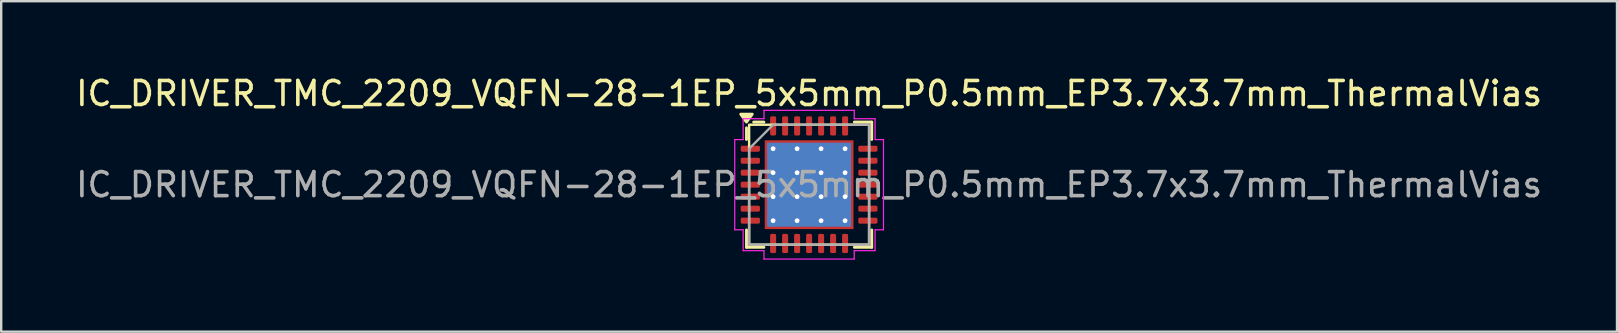
<source format=kicad_pcb>
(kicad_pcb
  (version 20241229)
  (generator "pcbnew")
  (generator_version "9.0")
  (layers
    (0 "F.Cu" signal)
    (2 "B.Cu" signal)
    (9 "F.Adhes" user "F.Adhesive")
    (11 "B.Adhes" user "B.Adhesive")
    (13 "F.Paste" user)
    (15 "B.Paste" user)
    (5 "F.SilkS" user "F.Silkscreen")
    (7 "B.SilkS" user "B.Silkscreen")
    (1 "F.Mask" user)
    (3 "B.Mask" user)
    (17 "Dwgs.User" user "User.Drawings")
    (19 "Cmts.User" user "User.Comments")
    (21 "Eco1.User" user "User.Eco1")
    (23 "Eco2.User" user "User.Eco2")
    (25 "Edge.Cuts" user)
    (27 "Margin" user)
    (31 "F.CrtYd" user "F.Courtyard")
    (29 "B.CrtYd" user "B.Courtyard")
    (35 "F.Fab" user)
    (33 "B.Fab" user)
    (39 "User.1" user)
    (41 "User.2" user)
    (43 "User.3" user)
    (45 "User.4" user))
  (footprint "IC_DRIVER_TMC_2209_VQFN-28-1EP_5x5mm_P0.5mm_EP3.7x3.7mm_ThermalVias"
    (layer "F.Cu")
    (at 30.673 4.648)
    (property "Reference" "IC_DRIVER_TMC_2209_VQFN-28-1EP_5x5mm_P0.5mm_EP3.7x3.7mm_ThermalVias" (at 0 -3.8 0) (layer "F.SilkS") (effects (font (size 1 1) (thickness 0.15))))
    (attr smd)
    (fp_line (start -2.61 -1.885) (end -2.61 -2.37) (stroke (width 0.12) (type solid)) (layer "F.SilkS"))
    (fp_line (start -2.61 2.61) (end -2.61 1.885) (stroke (width 0.12) (type solid)) (layer "F.SilkS"))
    (fp_line (start -1.885 -2.61) (end -2.31 -2.61) (stroke (width 0.12) (type solid)) (layer "F.SilkS"))
    (fp_line (start -1.885 2.61) (end -2.61 2.61) (stroke (width 0.12) (type solid)) (layer "F.SilkS"))
    (fp_line (start 1.885 -2.61) (end 2.61 -2.61) (stroke (width 0.12) (type solid)) (layer "F.SilkS"))
    (fp_line (start 1.885 2.61) (end 2.61 2.61) (stroke (width 0.12) (type solid)) (layer "F.SilkS"))
    (fp_line (start 2.61 -2.61) (end 2.61 -1.885) (stroke (width 0.12) (type solid)) (layer "F.SilkS"))
    (fp_line (start 2.61 2.61) (end 2.61 1.885) (stroke (width 0.12) (type solid)) (layer "F.SilkS"))
    (fp_rect (start -2.5 -2.5) (end 2.5 2.5) (stroke (width 0.1) (type solid)) (fill no) (layer "F.SilkS"))
    (fp_poly (pts (xy -2.61 -2.61) (xy -2.85 -2.94) (xy -2.37 -2.94)) (stroke (width 0.12) (type solid)) (fill yes) (layer "F.SilkS"))
    (fp_line (start -3.1 -1.88) (end -2.75 -1.88) (stroke (width 0.05) (type solid)) (layer "F.CrtYd"))
    (fp_line (start -3.1 1.88) (end -3.1 -1.88) (stroke (width 0.05) (type solid)) (layer "F.CrtYd"))
    (fp_line (start -2.75 -2.75) (end -1.88 -2.75) (stroke (width 0.05) (type solid)) (layer "F.CrtYd"))
    (fp_line (start -2.75 -1.88) (end -2.75 -2.75) (stroke (width 0.05) (type solid)) (layer "F.CrtYd"))
    (fp_line (start -2.75 1.88) (end -3.1 1.88) (stroke (width 0.05) (type solid)) (layer "F.CrtYd"))
    (fp_line (start -2.75 2.75) (end -2.75 1.88) (stroke (width 0.05) (type solid)) (layer "F.CrtYd"))
    (fp_line (start -1.88 -3.1) (end 1.88 -3.1) (stroke (width 0.05) (type solid)) (layer "F.CrtYd"))
    (fp_line (start -1.88 -2.75) (end -1.88 -3.1) (stroke (width 0.05) (type solid)) (layer "F.CrtYd"))
    (fp_line (start -1.88 2.75) (end -2.75 2.75) (stroke (width 0.05) (type solid)) (layer "F.CrtYd"))
    (fp_line (start -1.88 3.1) (end -1.88 2.75) (stroke (width 0.05) (type solid)) (layer "F.CrtYd"))
    (fp_line (start 1.88 -3.1) (end 1.88 -2.75) (stroke (width 0.05) (type solid)) (layer "F.CrtYd"))
    (fp_line (start 1.88 -2.75) (end 2.75 -2.75) (stroke (width 0.05) (type solid)) (layer "F.CrtYd"))
    (fp_line (start 1.88 2.75) (end 1.88 3.1) (stroke (width 0.05) (type solid)) (layer "F.CrtYd"))
    (fp_line (start 1.88 3.1) (end -1.88 3.1) (stroke (width 0.05) (type solid)) (layer "F.CrtYd"))
    (fp_line (start 2.75 -2.75) (end 2.75 -1.88) (stroke (width 0.05) (type solid)) (layer "F.CrtYd"))
    (fp_line (start 2.75 -1.88) (end 3.1 -1.88) (stroke (width 0.05) (type solid)) (layer "F.CrtYd"))
    (fp_line (start 2.75 1.88) (end 2.75 2.75) (stroke (width 0.05) (type solid)) (layer "F.CrtYd"))
    (fp_line (start 2.75 2.75) (end 1.88 2.75) (stroke (width 0.05) (type solid)) (layer "F.CrtYd"))
    (fp_line (start 3.1 -1.88) (end 3.1 1.88) (stroke (width 0.05) (type solid)) (layer "F.CrtYd"))
    (fp_line (start 3.1 1.88) (end 2.75 1.88) (stroke (width 0.05) (type solid)) (layer "F.CrtYd"))
    (fp_poly (pts (xy -2.5 -1.5) (xy -2.5 2.5) (xy 2.5 2.5) (xy 2.5 -2.5) (xy -1.5 -2.5)) (stroke (width 0.1) (type solid)) (fill no) (layer "F.Fab"))
    (fp_text user "${REFERENCE}" (at 0 0 0) (layer "F.Fab") (effects (font (size 1 1) (thickness 0.15))))
    (pad "" smd roundrect (at -0.925 -0.925) (size 1.49 1.49) (layers "F.Paste") (roundrect_rratio 0.168))
    (pad "" smd roundrect (at -0.925 0.925) (size 1.49 1.49) (layers "F.Paste") (roundrect_rratio 0.168))
    (pad "" smd roundrect (at 0.925 -0.925) (size 1.49 1.49) (layers "F.Paste") (roundrect_rratio 0.168))
    (pad "" smd roundrect (at 0.925 0.925) (size 1.49 1.49) (layers "F.Paste") (roundrect_rratio 0.168))
    (pad "1" smd roundrect (at -2.45 -1.5) (size 0.8 0.25) (layers "F.Cu" "F.Mask" "F.Paste") (roundrect_rratio 0.25))
    (pad "2" smd roundrect (at -2.45 -1) (size 0.8 0.25) (layers "F.Cu" "F.Mask" "F.Paste") (roundrect_rratio 0.25))
    (pad "3" smd roundrect (at -2.45 -0.5) (size 0.8 0.25) (layers "F.Cu" "F.Mask" "F.Paste") (roundrect_rratio 0.25))
    (pad "4" smd roundrect (at -2.45 0) (size 0.8 0.25) (layers "F.Cu" "F.Mask" "F.Paste") (roundrect_rratio 0.25))
    (pad "5" smd roundrect (at -2.45 0.5) (size 0.8 0.25) (layers "F.Cu" "F.Mask" "F.Paste") (roundrect_rratio 0.25))
    (pad "6" smd roundrect (at -2.45 1) (size 0.8 0.25) (layers "F.Cu" "F.Mask" "F.Paste") (roundrect_rratio 0.25))
    (pad "7" smd roundrect (at -2.45 1.5) (size 0.8 0.25) (layers "F.Cu" "F.Mask" "F.Paste") (roundrect_rratio 0.25))
    (pad "8" smd roundrect (at -1.5 2.45) (size 0.25 0.8) (layers "F.Cu" "F.Mask" "F.Paste") (roundrect_rratio 0.25))
    (pad "9" smd roundrect (at -1 2.45) (size 0.25 0.8) (layers "F.Cu" "F.Mask" "F.Paste") (roundrect_rratio 0.25))
    (pad "10" smd roundrect (at -0.5 2.45) (size 0.25 0.8) (layers "F.Cu" "F.Mask" "F.Paste") (roundrect_rratio 0.25))
    (pad "11" smd roundrect (at 0 2.45) (size 0.25 0.8) (layers "F.Cu" "F.Mask" "F.Paste") (roundrect_rratio 0.25))
    (pad "12" smd roundrect (at 0.5 2.45) (size 0.25 0.8) (layers "F.Cu" "F.Mask" "F.Paste") (roundrect_rratio 0.25))
    (pad "13" smd roundrect (at 1 2.45) (size 0.25 0.8) (layers "F.Cu" "F.Mask" "F.Paste") (roundrect_rratio 0.25))
    (pad "14" smd roundrect (at 1.5 2.45) (size 0.25 0.8) (layers "F.Cu" "F.Mask" "F.Paste") (roundrect_rratio 0.25))
    (pad "15" smd roundrect (at 2.45 1.5) (size 0.8 0.25) (layers "F.Cu" "F.Mask" "F.Paste") (roundrect_rratio 0.25))
    (pad "16" smd roundrect (at 2.45 1) (size 0.8 0.25) (layers "F.Cu" "F.Mask" "F.Paste") (roundrect_rratio 0.25))
    (pad "17" smd roundrect (at 2.45 0.5) (size 0.8 0.25) (layers "F.Cu" "F.Mask" "F.Paste") (roundrect_rratio 0.25))
    (pad "18" smd roundrect (at 2.45 0) (size 0.8 0.25) (layers "F.Cu" "F.Mask" "F.Paste") (roundrect_rratio 0.25))
    (pad "19" smd roundrect (at 2.45 -0.5) (size 0.8 0.25) (layers "F.Cu" "F.Mask" "F.Paste") (roundrect_rratio 0.25))
    (pad "20" smd roundrect (at 2.45 -1) (size 0.8 0.25) (layers "F.Cu" "F.Mask" "F.Paste") (roundrect_rratio 0.25))
    (pad "21" smd roundrect (at 2.45 -1.5) (size 0.8 0.25) (layers "F.Cu" "F.Mask" "F.Paste") (roundrect_rratio 0.25))
    (pad "22" smd roundrect (at 1.5 -2.45) (size 0.25 0.8) (layers "F.Cu" "F.Mask" "F.Paste") (roundrect_rratio 0.25))
    (pad "23" smd roundrect (at 1 -2.45) (size 0.25 0.8) (layers "F.Cu" "F.Mask" "F.Paste") (roundrect_rratio 0.25))
    (pad "24" smd roundrect (at 0.5 -2.45) (size 0.25 0.8) (layers "F.Cu" "F.Mask" "F.Paste") (roundrect_rratio 0.25))
    (pad "25" smd roundrect (at 0 -2.45) (size 0.25 0.8) (layers "F.Cu" "F.Mask" "F.Paste") (roundrect_rratio 0.25))
    (pad "26" smd roundrect (at -0.5 -2.45) (size 0.25 0.8) (layers "F.Cu" "F.Mask" "F.Paste") (roundrect_rratio 0.25))
    (pad "27" smd roundrect (at -1 -2.45) (size 0.25 0.8) (layers "F.Cu" "F.Mask" "F.Paste") (roundrect_rratio 0.25))
    (pad "28" smd roundrect (at -1.5 -2.45) (size 0.25 0.8) (layers "F.Cu" "F.Mask" "F.Paste") (roundrect_rratio 0.25))
    (pad "29" thru_hole circle (at -1.5 -1.5) (size 0.5 0.5) (drill 0.2) (property pad_prop_heatsink) (layers "*.Cu"))
    (pad "29" thru_hole circle (at -1.5 -0.5) (size 0.5 0.5) (drill 0.2) (property pad_prop_heatsink) (layers "*.Cu"))
    (pad "29" thru_hole circle (at -1.5 0.5) (size 0.5 0.5) (drill 0.2) (property pad_prop_heatsink) (layers "*.Cu"))
    (pad "29" thru_hole circle (at -1.5 1.5) (size 0.5 0.5) (drill 0.2) (property pad_prop_heatsink) (layers "*.Cu"))
    (pad "29" thru_hole circle (at -0.5 -1.5) (size 0.5 0.5) (drill 0.2) (property pad_prop_heatsink) (layers "*.Cu"))
    (pad "29" thru_hole circle (at -0.5 -0.5) (size 0.5 0.5) (drill 0.2) (property pad_prop_heatsink) (layers "*.Cu"))
    (pad "29" thru_hole circle (at -0.5 0.5) (size 0.5 0.5) (drill 0.2) (property pad_prop_heatsink) (layers "*.Cu"))
    (pad "29" thru_hole circle (at -0.5 1.5) (size 0.5 0.5) (drill 0.2) (property pad_prop_heatsink) (layers "*.Cu"))
    (pad "29" smd rect (at 0 0) (size 3.5 3.5) (property pad_prop_heatsink) (layers "B.Cu"))
    (pad "29" smd rect (at 0 0) (size 3.7 3.7) (property pad_prop_heatsink) (layers "F.Cu" "F.Mask"))
    (pad "29" thru_hole circle (at 0.5 -1.5) (size 0.5 0.5) (drill 0.2) (property pad_prop_heatsink) (layers "*.Cu"))
    (pad "29" thru_hole circle (at 0.5 -0.5) (size 0.5 0.5) (drill 0.2) (property pad_prop_heatsink) (layers "*.Cu"))
    (pad "29" thru_hole circle (at 0.5 0.5) (size 0.5 0.5) (drill 0.2) (property pad_prop_heatsink) (layers "*.Cu"))
    (pad "29" thru_hole circle (at 0.5 1.5) (size 0.5 0.5) (drill 0.2) (property pad_prop_heatsink) (layers "*.Cu"))
    (pad "29" thru_hole circle (at 1.5 -1.5) (size 0.5 0.5) (drill 0.2) (property pad_prop_heatsink) (layers "*.Cu"))
    (pad "29" thru_hole circle (at 1.5 -0.5) (size 0.5 0.5) (drill 0.2) (property pad_prop_heatsink) (layers "*.Cu"))
    (pad "29" thru_hole circle (at 1.5 0.5) (size 0.5 0.5) (drill 0.2) (property pad_prop_heatsink) (layers "*.Cu"))
    (pad "29" thru_hole circle (at 1.5 1.5) (size 0.5 0.5) (drill 0.2) (property pad_prop_heatsink) (layers "*.Cu")))
  (gr_rect
    (start -3 -3)
    (end 64.345 10.773)
    (stroke (width 0.1) (type default))
    (fill no)
    (layer "Edge.Cuts")))
</source>
